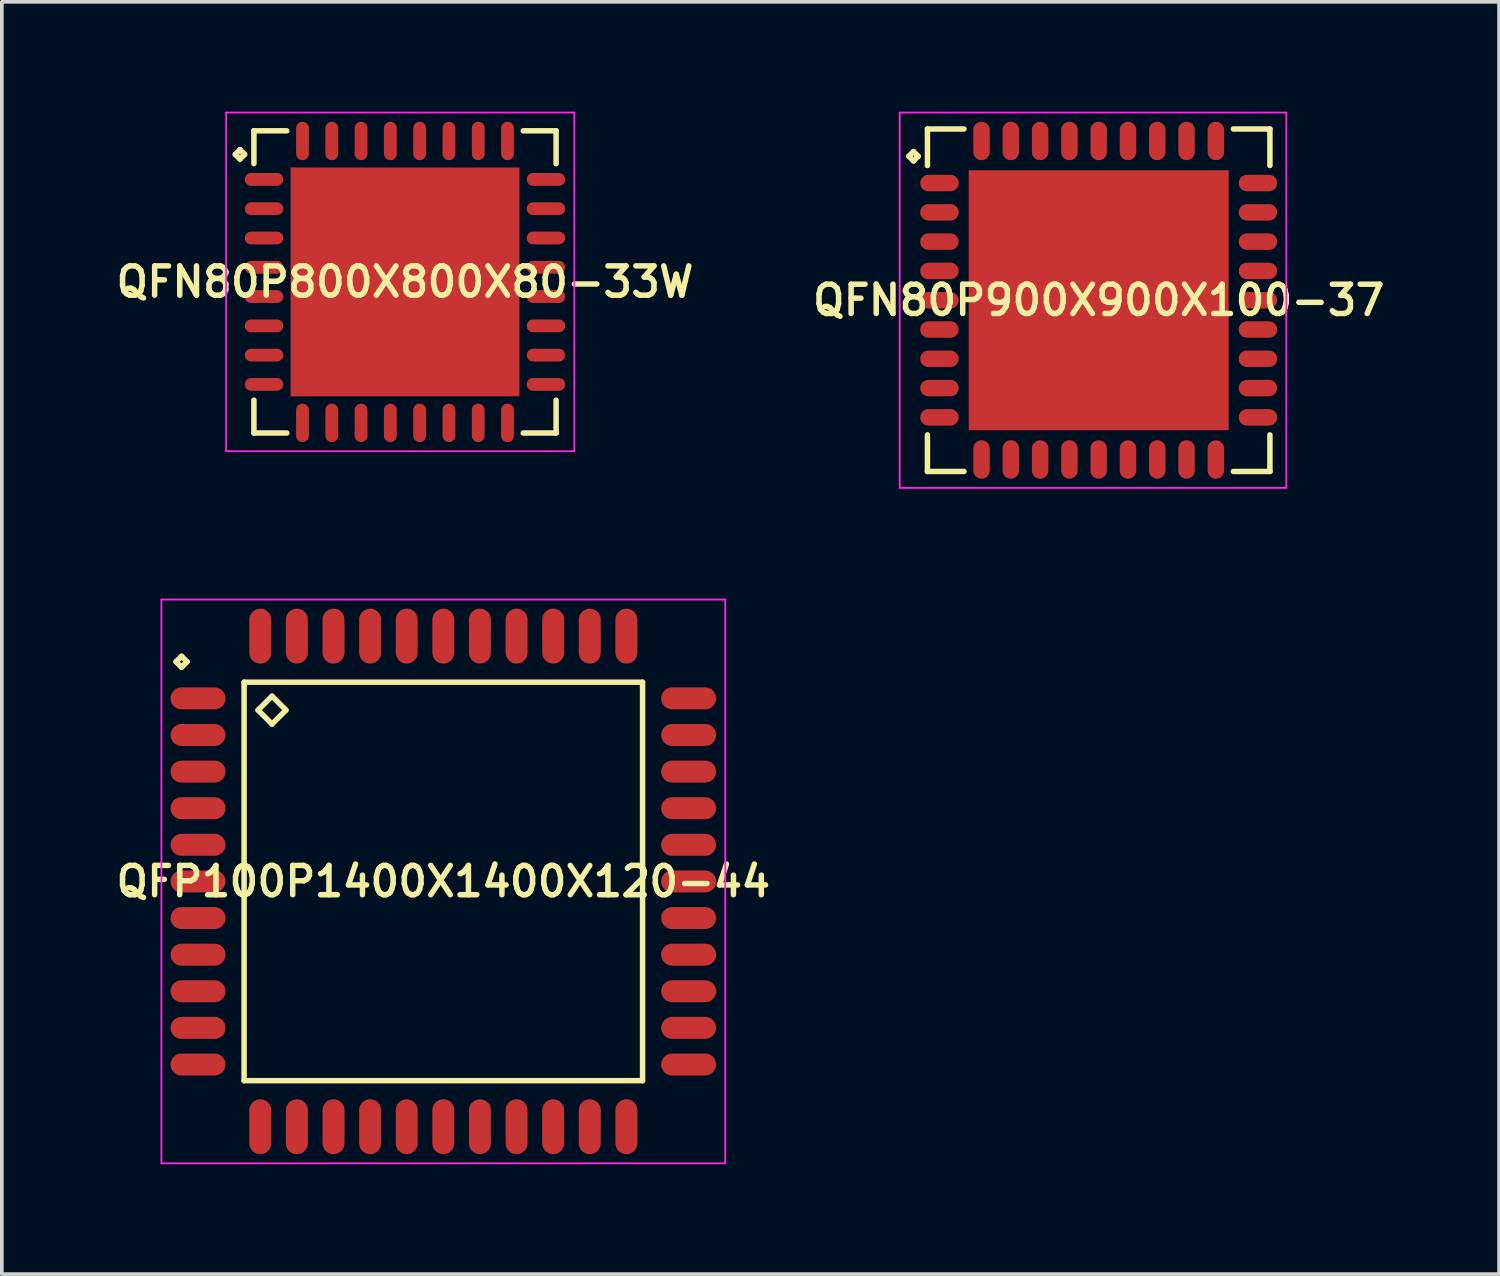
<source format=kicad_pcb>
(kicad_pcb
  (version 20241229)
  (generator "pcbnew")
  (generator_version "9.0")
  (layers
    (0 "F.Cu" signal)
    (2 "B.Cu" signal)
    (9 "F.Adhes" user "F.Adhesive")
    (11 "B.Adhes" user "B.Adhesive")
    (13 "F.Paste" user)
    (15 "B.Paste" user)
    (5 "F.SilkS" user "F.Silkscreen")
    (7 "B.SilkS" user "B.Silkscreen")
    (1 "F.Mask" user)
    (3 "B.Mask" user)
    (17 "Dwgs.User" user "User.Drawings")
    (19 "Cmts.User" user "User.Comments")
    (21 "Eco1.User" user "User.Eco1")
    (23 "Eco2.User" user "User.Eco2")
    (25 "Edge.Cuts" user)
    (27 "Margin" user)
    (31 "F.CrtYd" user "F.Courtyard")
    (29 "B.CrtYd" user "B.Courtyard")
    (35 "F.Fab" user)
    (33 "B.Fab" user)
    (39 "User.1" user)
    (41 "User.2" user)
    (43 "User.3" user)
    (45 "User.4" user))
  (footprint "QFN80P900X900X100-37"
    (layer "F.Cu")
    (at 26.959 5.15)
    (property "Reference" "QFN80P900X900X100-37" (at 0 0 0) (layer "F.SilkS") (effects (font (size 0.8 0.8) (thickness 0.15))))
    (attr smd)
    (fp_line (start -5.185 -3.933) (end -5.058 -4.06) (stroke (width 0.15) (type solid)) (layer "F.SilkS"))
    (fp_line (start -5.058 -4.06) (end -4.931 -3.933) (stroke (width 0.15) (type solid)) (layer "F.SilkS"))
    (fp_line (start -5.058 -3.806) (end -5.185 -3.933) (stroke (width 0.15) (type solid)) (layer "F.SilkS"))
    (fp_line (start -4.931 -3.933) (end -5.058 -3.806) (stroke (width 0.15) (type solid)) (layer "F.SilkS"))
    (fp_line (start -4.677 -4.677) (end -3.679 -4.677) (stroke (width 0.15) (type solid)) (layer "F.SilkS"))
    (fp_line (start -4.677 -3.679) (end -4.677 -4.677) (stroke (width 0.15) (type solid)) (layer "F.SilkS"))
    (fp_line (start -4.677 3.679) (end -4.677 4.677) (stroke (width 0.15) (type solid)) (layer "F.SilkS"))
    (fp_line (start -4.677 4.677) (end -3.679 4.677) (stroke (width 0.15) (type solid)) (layer "F.SilkS"))
    (fp_line (start 3.679 -4.677) (end 4.677 -4.677) (stroke (width 0.15) (type solid)) (layer "F.SilkS"))
    (fp_line (start 3.679 4.677) (end 4.677 4.677) (stroke (width 0.15) (type solid)) (layer "F.SilkS"))
    (fp_line (start 4.677 -4.677) (end 4.677 -3.679) (stroke (width 0.15) (type solid)) (layer "F.SilkS"))
    (fp_line (start 4.677 4.677) (end 4.677 3.679) (stroke (width 0.15) (type solid)) (layer "F.SilkS"))
    (fp_line (start -5.435 -5.125) (end 5.125 -5.125) (stroke (width 0.05) (type solid)) (layer "F.CrtYd"))
    (fp_line (start -5.435 5.125) (end -5.435 -5.125) (stroke (width 0.05) (type solid)) (layer "F.CrtYd"))
    (fp_line (start 5.125 -5.125) (end 5.125 5.125) (stroke (width 0.05) (type solid)) (layer "F.CrtYd"))
    (fp_line (start 5.125 5.125) (end -5.435 5.125) (stroke (width 0.05) (type solid)) (layer "F.CrtYd"))
    (pad "1" smd oval (at -4.35 -3.2) (size 1.05 0.45) (layers "F.Cu" "F.Mask" "F.Paste"))
    (pad "2" smd oval (at -4.35 -2.4) (size 1.05 0.45) (layers "F.Cu" "F.Mask" "F.Paste"))
    (pad "3" smd oval (at -4.35 -1.6) (size 1.05 0.45) (layers "F.Cu" "F.Mask" "F.Paste"))
    (pad "4" smd oval (at -4.35 -0.8) (size 1.05 0.45) (layers "F.Cu" "F.Mask" "F.Paste"))
    (pad "5" smd oval (at -4.35 0) (size 1.05 0.45) (layers "F.Cu" "F.Mask" "F.Paste"))
    (pad "6" smd oval (at -4.35 0.8) (size 1.05 0.45) (layers "F.Cu" "F.Mask" "F.Paste"))
    (pad "7" smd oval (at -4.35 1.6) (size 1.05 0.45) (layers "F.Cu" "F.Mask" "F.Paste"))
    (pad "8" smd oval (at -4.35 2.4) (size 1.05 0.45) (layers "F.Cu" "F.Mask" "F.Paste"))
    (pad "9" smd oval (at -4.35 3.2) (size 1.05 0.45) (layers "F.Cu" "F.Mask" "F.Paste"))
    (pad "10" smd oval (at -3.2 4.35) (size 0.45 1.05) (layers "F.Cu" "F.Mask" "F.Paste"))
    (pad "11" smd oval (at -2.4 4.35) (size 0.45 1.05) (layers "F.Cu" "F.Mask" "F.Paste"))
    (pad "12" smd oval (at -1.6 4.35) (size 0.45 1.05) (layers "F.Cu" "F.Mask" "F.Paste"))
    (pad "13" smd oval (at -0.8 4.35) (size 0.45 1.05) (layers "F.Cu" "F.Mask" "F.Paste"))
    (pad "14" smd oval (at 0 4.35) (size 0.45 1.05) (layers "F.Cu" "F.Mask" "F.Paste"))
    (pad "15" smd oval (at 0.8 4.35) (size 0.45 1.05) (layers "F.Cu" "F.Mask" "F.Paste"))
    (pad "16" smd oval (at 1.6 4.35) (size 0.45 1.05) (layers "F.Cu" "F.Mask" "F.Paste"))
    (pad "17" smd oval (at 2.4 4.35) (size 0.45 1.05) (layers "F.Cu" "F.Mask" "F.Paste"))
    (pad "18" smd oval (at 3.2 4.35) (size 0.45 1.05) (layers "F.Cu" "F.Mask" "F.Paste"))
    (pad "19" smd oval (at 4.35 3.2) (size 1.05 0.45) (layers "F.Cu" "F.Mask" "F.Paste"))
    (pad "20" smd oval (at 4.35 2.4) (size 1.05 0.45) (layers "F.Cu" "F.Mask" "F.Paste"))
    (pad "21" smd oval (at 4.35 1.6) (size 1.05 0.45) (layers "F.Cu" "F.Mask" "F.Paste"))
    (pad "22" smd oval (at 4.35 0.8) (size 1.05 0.45) (layers "F.Cu" "F.Mask" "F.Paste"))
    (pad "23" smd oval (at 4.35 0) (size 1.05 0.45) (layers "F.Cu" "F.Mask" "F.Paste"))
    (pad "24" smd oval (at 4.35 -0.8) (size 1.05 0.45) (layers "F.Cu" "F.Mask" "F.Paste"))
    (pad "25" smd oval (at 4.35 -1.6) (size 1.05 0.45) (layers "F.Cu" "F.Mask" "F.Paste"))
    (pad "26" smd oval (at 4.35 -2.4) (size 1.05 0.45) (layers "F.Cu" "F.Mask" "F.Paste"))
    (pad "27" smd oval (at 4.35 -3.2) (size 1.05 0.45) (layers "F.Cu" "F.Mask" "F.Paste"))
    (pad "28" smd oval (at 3.2 -4.35) (size 0.45 1.05) (layers "F.Cu" "F.Mask" "F.Paste"))
    (pad "29" smd oval (at 2.4 -4.35) (size 0.45 1.05) (layers "F.Cu" "F.Mask" "F.Paste"))
    (pad "30" smd oval (at 1.6 -4.35) (size 0.45 1.05) (layers "F.Cu" "F.Mask" "F.Paste"))
    (pad "31" smd oval (at 0.8 -4.35) (size 0.45 1.05) (layers "F.Cu" "F.Mask" "F.Paste"))
    (pad "32" smd oval (at 0 -4.35) (size 0.45 1.05) (layers "F.Cu" "F.Mask" "F.Paste"))
    (pad "33" smd oval (at -0.8 -4.35) (size 0.45 1.05) (layers "F.Cu" "F.Mask" "F.Paste"))
    (pad "34" smd oval (at -1.6 -4.35) (size 0.45 1.05) (layers "F.Cu" "F.Mask" "F.Paste"))
    (pad "35" smd oval (at -2.4 -4.35) (size 0.45 1.05) (layers "F.Cu" "F.Mask" "F.Paste"))
    (pad "36" smd oval (at -3.2 -4.35) (size 0.45 1.05) (layers "F.Cu" "F.Mask" "F.Paste"))
    (pad "37" smd rect (at 0 0) (size 7.1 7.1) (layers "F.Cu" "F.Mask" "F.Paste")))
  (footprint "QFN80P800X800X80-33W"
    (layer "F.Cu")
    (at 8.012 4.65)
    (property "Reference" "QFN80P800X800X80-33W" (at 0 0 0) (layer "F.SilkS") (effects (font (size 0.8 0.8) (thickness 0.15))))
    (attr smd)
    (fp_line (start -4.635 -3.483) (end -4.508 -3.61) (stroke (width 0.15) (type solid)) (layer "F.SilkS"))
    (fp_line (start -4.508 -3.61) (end -4.381 -3.483) (stroke (width 0.15) (type solid)) (layer "F.SilkS"))
    (fp_line (start -4.508 -3.356) (end -4.635 -3.483) (stroke (width 0.15) (type solid)) (layer "F.SilkS"))
    (fp_line (start -4.381 -3.483) (end -4.508 -3.356) (stroke (width 0.15) (type solid)) (layer "F.SilkS"))
    (fp_line (start -4.127 -4.127) (end -3.229 -4.127) (stroke (width 0.15) (type solid)) (layer "F.SilkS"))
    (fp_line (start -4.127 -3.229) (end -4.127 -4.127) (stroke (width 0.15) (type solid)) (layer "F.SilkS"))
    (fp_line (start -4.127 3.229) (end -4.127 4.127) (stroke (width 0.15) (type solid)) (layer "F.SilkS"))
    (fp_line (start -4.127 4.127) (end -3.229 4.127) (stroke (width 0.15) (type solid)) (layer "F.SilkS"))
    (fp_line (start 3.229 -4.127) (end 4.127 -4.127) (stroke (width 0.15) (type solid)) (layer "F.SilkS"))
    (fp_line (start 3.229 4.127) (end 4.127 4.127) (stroke (width 0.15) (type solid)) (layer "F.SilkS"))
    (fp_line (start 4.127 -4.127) (end 4.127 -3.229) (stroke (width 0.15) (type solid)) (layer "F.SilkS"))
    (fp_line (start 4.127 4.127) (end 4.127 3.229) (stroke (width 0.15) (type solid)) (layer "F.SilkS"))
    (fp_line (start -4.885 -4.625) (end 4.625 -4.625) (stroke (width 0.05) (type solid)) (layer "F.CrtYd"))
    (fp_line (start -4.885 4.625) (end -4.885 -4.625) (stroke (width 0.05) (type solid)) (layer "F.CrtYd"))
    (fp_line (start 4.625 -4.625) (end 4.625 4.625) (stroke (width 0.05) (type solid)) (layer "F.CrtYd"))
    (fp_line (start 4.625 4.625) (end -4.885 4.625) (stroke (width 0.05) (type solid)) (layer "F.CrtYd"))
    (pad "1" smd oval (at -3.85 -2.8) (size 1.05 0.35) (layers "F.Cu" "F.Mask" "F.Paste"))
    (pad "2" smd oval (at -3.85 -2) (size 1.05 0.35) (layers "F.Cu" "F.Mask" "F.Paste"))
    (pad "3" smd oval (at -3.85 -1.2) (size 1.05 0.35) (layers "F.Cu" "F.Mask" "F.Paste"))
    (pad "4" smd oval (at -3.85 -0.4) (size 1.05 0.35) (layers "F.Cu" "F.Mask" "F.Paste"))
    (pad "5" smd oval (at -3.85 0.4) (size 1.05 0.35) (layers "F.Cu" "F.Mask" "F.Paste"))
    (pad "6" smd oval (at -3.85 1.2) (size 1.05 0.35) (layers "F.Cu" "F.Mask" "F.Paste"))
    (pad "7" smd oval (at -3.85 2) (size 1.05 0.35) (layers "F.Cu" "F.Mask" "F.Paste"))
    (pad "8" smd oval (at -3.85 2.8) (size 1.05 0.35) (layers "F.Cu" "F.Mask" "F.Paste"))
    (pad "9" smd oval (at -2.8 3.85) (size 0.35 1.05) (layers "F.Cu" "F.Mask" "F.Paste"))
    (pad "10" smd oval (at -2 3.85) (size 0.35 1.05) (layers "F.Cu" "F.Mask" "F.Paste"))
    (pad "11" smd oval (at -1.2 3.85) (size 0.35 1.05) (layers "F.Cu" "F.Mask" "F.Paste"))
    (pad "12" smd oval (at -0.4 3.85) (size 0.35 1.05) (layers "F.Cu" "F.Mask" "F.Paste"))
    (pad "13" smd oval (at 0.4 3.85) (size 0.35 1.05) (layers "F.Cu" "F.Mask" "F.Paste"))
    (pad "14" smd oval (at 1.2 3.85) (size 0.35 1.05) (layers "F.Cu" "F.Mask" "F.Paste"))
    (pad "15" smd oval (at 2 3.85) (size 0.35 1.05) (layers "F.Cu" "F.Mask" "F.Paste"))
    (pad "16" smd oval (at 2.8 3.85) (size 0.35 1.05) (layers "F.Cu" "F.Mask" "F.Paste"))
    (pad "17" smd oval (at 3.85 2.8) (size 1.05 0.35) (layers "F.Cu" "F.Mask" "F.Paste"))
    (pad "18" smd oval (at 3.85 2) (size 1.05 0.35) (layers "F.Cu" "F.Mask" "F.Paste"))
    (pad "19" smd oval (at 3.85 1.2) (size 1.05 0.35) (layers "F.Cu" "F.Mask" "F.Paste"))
    (pad "20" smd oval (at 3.85 0.4) (size 1.05 0.35) (layers "F.Cu" "F.Mask" "F.Paste"))
    (pad "21" smd oval (at 3.85 -0.4) (size 1.05 0.35) (layers "F.Cu" "F.Mask" "F.Paste"))
    (pad "22" smd oval (at 3.85 -1.2) (size 1.05 0.35) (layers "F.Cu" "F.Mask" "F.Paste"))
    (pad "23" smd oval (at 3.85 -2) (size 1.05 0.35) (layers "F.Cu" "F.Mask" "F.Paste"))
    (pad "24" smd oval (at 3.85 -2.8) (size 1.05 0.35) (layers "F.Cu" "F.Mask" "F.Paste"))
    (pad "25" smd oval (at 2.8 -3.85) (size 0.35 1.05) (layers "F.Cu" "F.Mask" "F.Paste"))
    (pad "26" smd oval (at 2 -3.85) (size 0.35 1.05) (layers "F.Cu" "F.Mask" "F.Paste"))
    (pad "27" smd oval (at 1.2 -3.85) (size 0.35 1.05) (layers "F.Cu" "F.Mask" "F.Paste"))
    (pad "28" smd oval (at 0.4 -3.85) (size 0.35 1.05) (layers "F.Cu" "F.Mask" "F.Paste"))
    (pad "29" smd oval (at -0.4 -3.85) (size 0.35 1.05) (layers "F.Cu" "F.Mask" "F.Paste"))
    (pad "30" smd oval (at -1.2 -3.85) (size 0.35 1.05) (layers "F.Cu" "F.Mask" "F.Paste"))
    (pad "31" smd oval (at -2 -3.85) (size 0.35 1.05) (layers "F.Cu" "F.Mask" "F.Paste"))
    (pad "32" smd oval (at -2.8 -3.85) (size 0.35 1.05) (layers "F.Cu" "F.Mask" "F.Paste"))
    (pad "33" smd rect (at 0 0) (size 6.25 6.25) (layers "F.Cu" "F.Mask" "F.Paste")))
  (footprint "QFP100P1400X1400X120-44"
    (layer "F.Cu")
    (at 9.059 21.025)
    (property "Reference" "QFP100P1400X1400X120-44" (at 0 0 0) (layer "F.SilkS") (effects (font (size 0.8 0.8) (thickness 0.15))))
    (attr smd)
    (fp_line (start -7.3 -6) (end -7.15 -6.15) (stroke (width 0.15) (type solid)) (layer "F.SilkS"))
    (fp_line (start -7.15 -6.15) (end -7 -6) (stroke (width 0.15) (type solid)) (layer "F.SilkS"))
    (fp_line (start -7.15 -5.85) (end -7.3 -6) (stroke (width 0.15) (type solid)) (layer "F.SilkS"))
    (fp_line (start -7 -6) (end -7.15 -5.85) (stroke (width 0.15) (type solid)) (layer "F.SilkS"))
    (fp_line (start -5.442 -5.442) (end -5.442 5.442) (stroke (width 0.15) (type solid)) (layer "F.SilkS"))
    (fp_line (start -5.442 5.442) (end 5.442 5.442) (stroke (width 0.15) (type solid)) (layer "F.SilkS"))
    (fp_line (start -5.061 -4.68) (end -4.68 -5.061) (stroke (width 0.15) (type solid)) (layer "F.SilkS"))
    (fp_line (start -4.68 -5.061) (end -4.299 -4.68) (stroke (width 0.15) (type solid)) (layer "F.SilkS"))
    (fp_line (start -4.68 -4.299) (end -5.061 -4.68) (stroke (width 0.15) (type solid)) (layer "F.SilkS"))
    (fp_line (start -4.299 -4.68) (end -4.68 -4.299) (stroke (width 0.15) (type solid)) (layer "F.SilkS"))
    (fp_line (start 5.442 -5.442) (end -5.442 -5.442) (stroke (width 0.15) (type solid)) (layer "F.SilkS"))
    (fp_line (start 5.442 5.442) (end 5.442 -5.442) (stroke (width 0.15) (type solid)) (layer "F.SilkS"))
    (fp_line (start -7.7 -7.7) (end 7.7 -7.7) (stroke (width 0.05) (type solid)) (layer "F.CrtYd"))
    (fp_line (start -7.7 7.7) (end -7.7 -7.7) (stroke (width 0.05) (type solid)) (layer "F.CrtYd"))
    (fp_line (start 7.7 -7.7) (end 7.7 7.7) (stroke (width 0.05) (type solid)) (layer "F.CrtYd"))
    (fp_line (start 7.7 7.7) (end -7.7 7.7) (stroke (width 0.05) (type solid)) (layer "F.CrtYd"))
    (pad "1" smd oval (at -6.7 -5) (size 1.5 0.6) (layers "F.Cu" "F.Mask" "F.Paste"))
    (pad "2" smd oval (at -6.7 -4) (size 1.5 0.6) (layers "F.Cu" "F.Mask" "F.Paste"))
    (pad "3" smd oval (at -6.7 -3) (size 1.5 0.6) (layers "F.Cu" "F.Mask" "F.Paste"))
    (pad "4" smd oval (at -6.7 -2) (size 1.5 0.6) (layers "F.Cu" "F.Mask" "F.Paste"))
    (pad "5" smd oval (at -6.7 -1) (size 1.5 0.6) (layers "F.Cu" "F.Mask" "F.Paste"))
    (pad "6" smd oval (at -6.7 0) (size 1.5 0.6) (layers "F.Cu" "F.Mask" "F.Paste"))
    (pad "7" smd oval (at -6.7 1) (size 1.5 0.6) (layers "F.Cu" "F.Mask" "F.Paste"))
    (pad "8" smd oval (at -6.7 2) (size 1.5 0.6) (layers "F.Cu" "F.Mask" "F.Paste"))
    (pad "9" smd oval (at -6.7 3) (size 1.5 0.6) (layers "F.Cu" "F.Mask" "F.Paste"))
    (pad "10" smd oval (at -6.7 4) (size 1.5 0.6) (layers "F.Cu" "F.Mask" "F.Paste"))
    (pad "11" smd oval (at -6.7 5) (size 1.5 0.6) (layers "F.Cu" "F.Mask" "F.Paste"))
    (pad "12" smd oval (at -5 6.7) (size 0.6 1.5) (layers "F.Cu" "F.Mask" "F.Paste"))
    (pad "13" smd oval (at -4 6.7) (size 0.6 1.5) (layers "F.Cu" "F.Mask" "F.Paste"))
    (pad "14" smd oval (at -3 6.7) (size 0.6 1.5) (layers "F.Cu" "F.Mask" "F.Paste"))
    (pad "15" smd oval (at -2 6.7) (size 0.6 1.5) (layers "F.Cu" "F.Mask" "F.Paste"))
    (pad "16" smd oval (at -1 6.7) (size 0.6 1.5) (layers "F.Cu" "F.Mask" "F.Paste"))
    (pad "17" smd oval (at 0 6.7) (size 0.6 1.5) (layers "F.Cu" "F.Mask" "F.Paste"))
    (pad "18" smd oval (at 1 6.7) (size 0.6 1.5) (layers "F.Cu" "F.Mask" "F.Paste"))
    (pad "19" smd oval (at 2 6.7) (size 0.6 1.5) (layers "F.Cu" "F.Mask" "F.Paste"))
    (pad "20" smd oval (at 3 6.7) (size 0.6 1.5) (layers "F.Cu" "F.Mask" "F.Paste"))
    (pad "21" smd oval (at 4 6.7) (size 0.6 1.5) (layers "F.Cu" "F.Mask" "F.Paste"))
    (pad "22" smd oval (at 5 6.7) (size 0.6 1.5) (layers "F.Cu" "F.Mask" "F.Paste"))
    (pad "23" smd oval (at 6.7 5) (size 1.5 0.6) (layers "F.Cu" "F.Mask" "F.Paste"))
    (pad "24" smd oval (at 6.7 4) (size 1.5 0.6) (layers "F.Cu" "F.Mask" "F.Paste"))
    (pad "25" smd oval (at 6.7 3) (size 1.5 0.6) (layers "F.Cu" "F.Mask" "F.Paste"))
    (pad "26" smd oval (at 6.7 2) (size 1.5 0.6) (layers "F.Cu" "F.Mask" "F.Paste"))
    (pad "27" smd oval (at 6.7 1) (size 1.5 0.6) (layers "F.Cu" "F.Mask" "F.Paste"))
    (pad "28" smd oval (at 6.7 0) (size 1.5 0.6) (layers "F.Cu" "F.Mask" "F.Paste"))
    (pad "29" smd oval (at 6.7 -1) (size 1.5 0.6) (layers "F.Cu" "F.Mask" "F.Paste"))
    (pad "30" smd oval (at 6.7 -2) (size 1.5 0.6) (layers "F.Cu" "F.Mask" "F.Paste"))
    (pad "31" smd oval (at 6.7 -3) (size 1.5 0.6) (layers "F.Cu" "F.Mask" "F.Paste"))
    (pad "32" smd oval (at 6.7 -4) (size 1.5 0.6) (layers "F.Cu" "F.Mask" "F.Paste"))
    (pad "33" smd oval (at 6.7 -5) (size 1.5 0.6) (layers "F.Cu" "F.Mask" "F.Paste"))
    (pad "34" smd oval (at 5 -6.7) (size 0.6 1.5) (layers "F.Cu" "F.Mask" "F.Paste"))
    (pad "35" smd oval (at 4 -6.7) (size 0.6 1.5) (layers "F.Cu" "F.Mask" "F.Paste"))
    (pad "36" smd oval (at 3 -6.7) (size 0.6 1.5) (layers "F.Cu" "F.Mask" "F.Paste"))
    (pad "37" smd oval (at 2 -6.7) (size 0.6 1.5) (layers "F.Cu" "F.Mask" "F.Paste"))
    (pad "38" smd oval (at 1 -6.7) (size 0.6 1.5) (layers "F.Cu" "F.Mask" "F.Paste"))
    (pad "39" smd oval (at 0 -6.7) (size 0.6 1.5) (layers "F.Cu" "F.Mask" "F.Paste"))
    (pad "40" smd oval (at -1 -6.7) (size 0.6 1.5) (layers "F.Cu" "F.Mask" "F.Paste"))
    (pad "41" smd oval (at -2 -6.7) (size 0.6 1.5) (layers "F.Cu" "F.Mask" "F.Paste"))
    (pad "42" smd oval (at -3 -6.7) (size 0.6 1.5) (layers "F.Cu" "F.Mask" "F.Paste"))
    (pad "43" smd oval (at -4 -6.7) (size 0.6 1.5) (layers "F.Cu" "F.Mask" "F.Paste"))
    (pad "44" smd oval (at -5 -6.7) (size 0.6 1.5) (layers "F.Cu" "F.Mask" "F.Paste")))
  (gr_rect
    (start -3 -3)
    (end 37.894 31.75)
    (stroke (width 0.1) (type default))
    (fill no)
    (layer "Edge.Cuts")))
</source>
